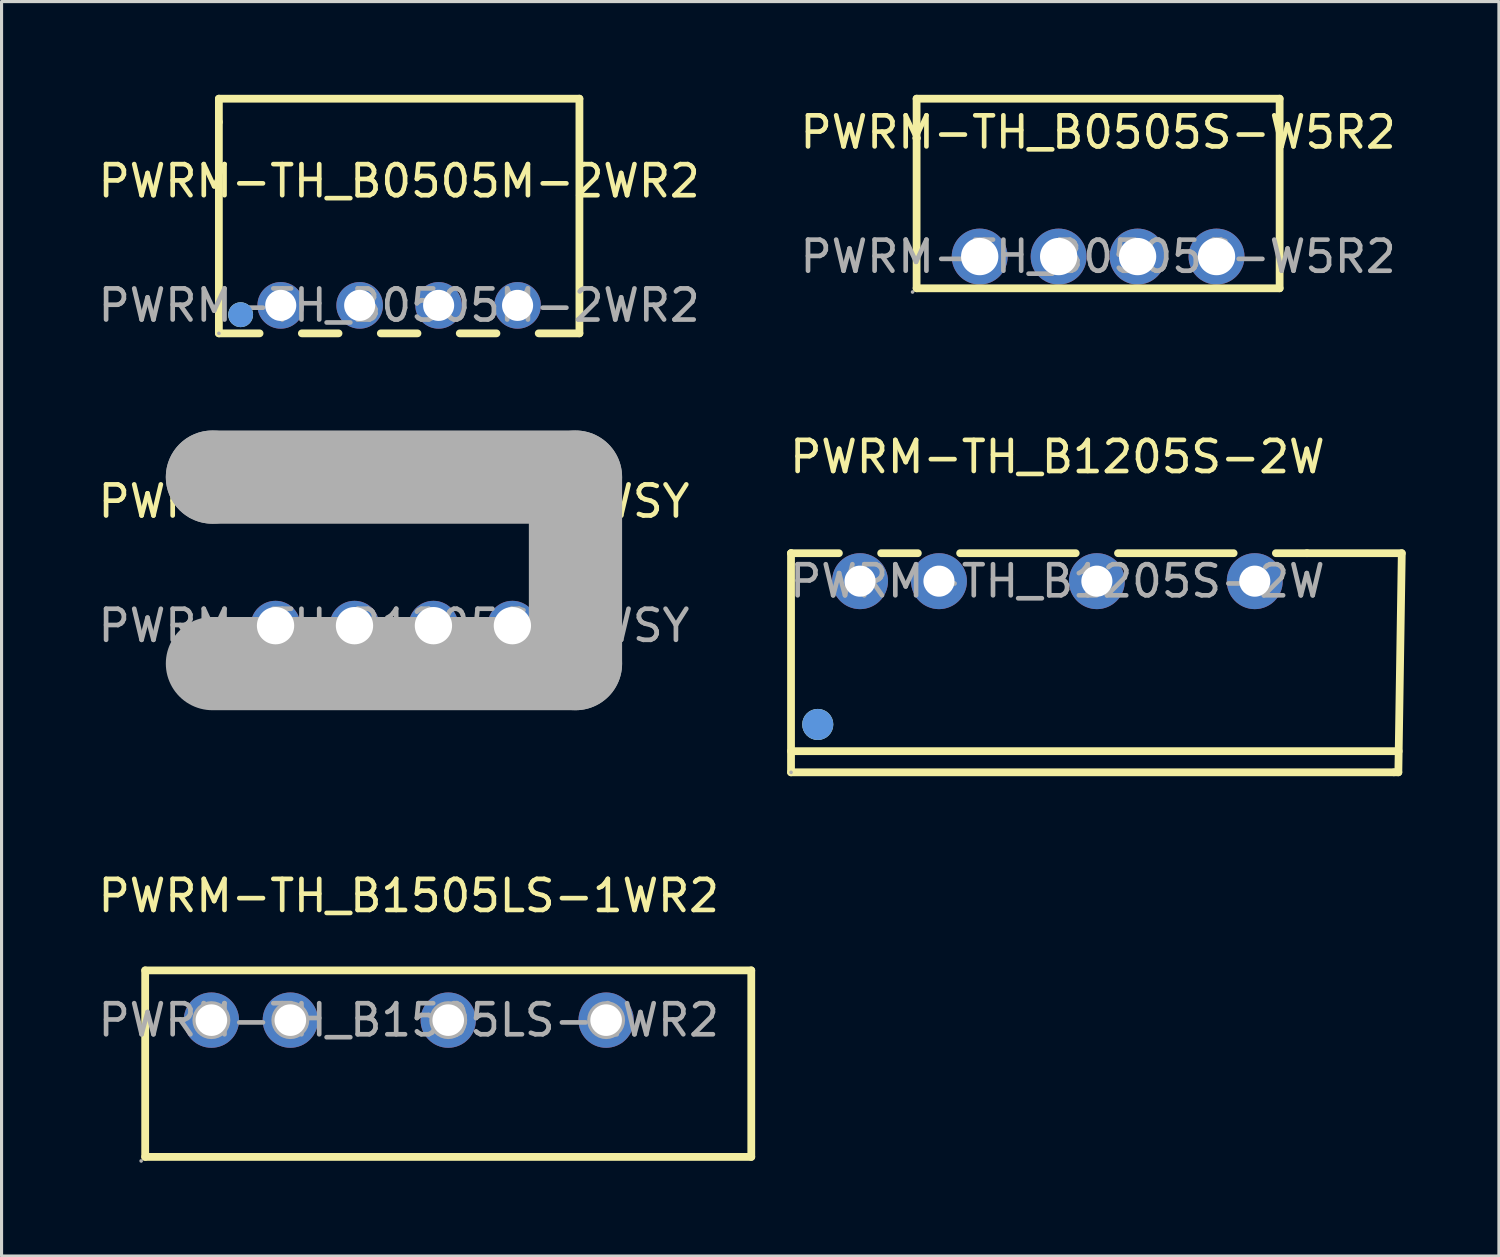
<source format=kicad_pcb>
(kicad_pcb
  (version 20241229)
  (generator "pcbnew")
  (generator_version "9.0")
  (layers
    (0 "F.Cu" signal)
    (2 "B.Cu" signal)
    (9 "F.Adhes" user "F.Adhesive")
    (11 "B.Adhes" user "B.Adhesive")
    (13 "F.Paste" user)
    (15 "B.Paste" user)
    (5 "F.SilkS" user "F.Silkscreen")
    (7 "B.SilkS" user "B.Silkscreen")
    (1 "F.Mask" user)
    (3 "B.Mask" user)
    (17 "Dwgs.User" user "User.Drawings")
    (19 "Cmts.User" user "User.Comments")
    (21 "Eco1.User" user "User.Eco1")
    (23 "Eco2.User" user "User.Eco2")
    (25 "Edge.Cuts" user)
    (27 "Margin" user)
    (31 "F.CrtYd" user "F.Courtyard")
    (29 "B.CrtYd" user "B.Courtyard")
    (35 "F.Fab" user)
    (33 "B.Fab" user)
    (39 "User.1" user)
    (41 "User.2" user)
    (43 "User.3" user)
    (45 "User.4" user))
  (footprint "PWRM-TH_B1205S-2W"
    (layer "F.Cu")
    (at 30.97 15.648)
    (property "Reference" "PWRM-TH_B1205S-2W" (at 0 -4 0) (layer "F.SilkS") (effects (font (size 1 1) (thickness 0.15))))
    (attr through_hole)
    (fp_line (start -8.57 -0.9) (end -8.57 -0.9) (stroke (width 0.25) (type solid)) (layer "F.SilkS"))
    (fp_line (start -8.57 -0.9) (end -8.57 6.15) (stroke (width 0.25) (type solid)) (layer "F.SilkS"))
    (fp_line (start -8.57 5.47) (end 10.98 5.47) (stroke (width 0.25) (type solid)) (layer "F.SilkS"))
    (fp_line (start -8.57 6.15) (end 10.82 6.15) (stroke (width 0.25) (type solid)) (layer "F.SilkS"))
    (fp_line (start -7.03 -0.9) (end -8.57 -0.9) (stroke (width 0.25) (type solid)) (layer "F.SilkS"))
    (fp_line (start -4.49 -0.9) (end -5.67 -0.9) (stroke (width 0.25) (type solid)) (layer "F.SilkS"))
    (fp_line (start 0.59 -0.9) (end -3.13 -0.9) (stroke (width 0.25) (type solid)) (layer "F.SilkS"))
    (fp_line (start 5.67 -0.9) (end 1.95 -0.9) (stroke (width 0.25) (type solid)) (layer "F.SilkS"))
    (fp_line (start 8.03 -0.9) (end 7.03 -0.9) (stroke (width 0.25) (type solid)) (layer "F.SilkS"))
    (fp_line (start 10.83 6.15) (end 10.97 6.15) (stroke (width 0.25) (type solid)) (layer "F.SilkS"))
    (fp_line (start 10.97 6.15) (end 11.08 -0.9) (stroke (width 0.25) (type solid)) (layer "F.SilkS"))
    (fp_line (start 11.08 -0.9) (end 8.03 -0.9) (stroke (width 0.25) (type solid)) (layer "F.SilkS"))
    (fp_circle (center -7.71 4.61) (end -7.46 4.61) (stroke (width 0.5) (type solid)) (fill no) (layer "F.SilkS"))
    (fp_circle (center -7.71 4.61) (end -7.46 4.61) (stroke (width 0.5) (type solid)) (fill no) (layer "Cmts.User"))
    (fp_circle (center -8.57 6.15) (end -8.54 6.15) (stroke (width 0.06) (type solid)) (fill no) (layer "F.Fab"))
    (fp_text user "${REFERENCE}" (at 0 0 0) (layer "F.Fab") (effects (font (size 1 1) (thickness 0.15))))
    (pad "1" thru_hole circle (at -6.35 0) (size 1.8 1.8) (drill 1) (layers "*.Cu" "*.Paste" "*.Mask"))
    (pad "2" thru_hole circle (at -3.81 0) (size 1.8 1.8) (drill 1) (layers "*.Cu" "*.Paste" "*.Mask"))
    (pad "4" thru_hole circle (at 1.27 0) (size 1.8 1.8) (drill 1) (layers "*.Cu" "*.Paste" "*.Mask"))
    (pad "6" thru_hole circle (at 6.35 0) (size 1.8 1.8) (drill 1) (layers "*.Cu" "*.Paste" "*.Mask")))
  (footprint "PWRM-TH_B0505S-W5R2"
    (layer "F.Cu")
    (at 32.28 5.205)
    (property "Reference" "PWRM-TH_B0505S-W5R2" (at 0 -4 0) (layer "F.SilkS") (effects (font (size 1 1) (thickness 0.15))))
    (attr through_hole)
    (fp_line (start -5.84 -5.08) (end 5.84 -5.08) (stroke (width 0.25) (type solid)) (layer "F.SilkS"))
    (fp_line (start -5.84 -3.81) (end -5.84 -5.08) (stroke (width 0.25) (type solid)) (layer "F.SilkS"))
    (fp_line (start -5.84 -3.81) (end -5.84 -3.81) (stroke (width 0.25) (type solid)) (layer "F.SilkS"))
    (fp_line (start -5.84 -3.81) (end -5.84 -3.81) (stroke (width 0.25) (type solid)) (layer "F.SilkS"))
    (fp_line (start -5.84 1.02) (end -5.84 -3.81) (stroke (width 0.25) (type solid)) (layer "F.SilkS"))
    (fp_line (start 5.84 -5.08) (end 5.84 1.02) (stroke (width 0.25) (type solid)) (layer "F.SilkS"))
    (fp_line (start 5.84 1.02) (end -5.84 1.02) (stroke (width 0.25) (type solid)) (layer "F.SilkS"))
    (fp_circle (center -5.97 1.14) (end -5.94 1.14) (stroke (width 0.06) (type solid)) (fill no) (layer "F.Fab"))
    (fp_circle (center -3.81 0) (end -3.56 0) (stroke (width 0.5) (type solid)) (fill no) (layer "F.Fab"))
    (fp_circle (center -1.27 0) (end -1.02 0) (stroke (width 0.5) (type solid)) (fill no) (layer "F.Fab"))
    (fp_circle (center 1.27 0) (end 1.52 0) (stroke (width 0.5) (type solid)) (fill no) (layer "F.Fab"))
    (fp_circle (center 3.81 0) (end 4.06 0) (stroke (width 0.5) (type solid)) (fill no) (layer "F.Fab"))
    (fp_text user "${REFERENCE}" (at 0 0 0) (layer "F.Fab") (effects (font (size 1 1) (thickness 0.15))))
    (pad "1" thru_hole circle (at -3.81 0) (size 1.8 1.8) (drill 1.2) (layers "*.Cu" "*.Paste" "*.Mask"))
    (pad "2" thru_hole circle (at -1.27 0) (size 1.8 1.8) (drill 1.2) (layers "*.Cu" "*.Paste" "*.Mask"))
    (pad "3" thru_hole circle (at 1.27 0) (size 1.8 1.8) (drill 1.2) (layers "*.Cu" "*.Paste" "*.Mask"))
    (pad "4" thru_hole circle (at 3.81 0) (size 1.8 1.8) (drill 1.2) (layers "*.Cu" "*.Paste" "*.Mask")))
  (footprint "PWRM-TH_B0505M-2WR2"
    (layer "F.Cu")
    (at 9.792 6.775)
    (property "Reference" "PWRM-TH_B0505M-2WR2" (at 0 -4 0) (layer "F.SilkS") (effects (font (size 1 1) (thickness 0.15))))
    (attr through_hole)
    (fp_line (start -5.8 -6.65) (end -5.8 -5.9) (stroke (width 0.25) (type solid)) (layer "F.SilkS"))
    (fp_line (start -5.8 -5.9) (end -5.8 0.9) (stroke (width 0.25) (type solid)) (layer "F.SilkS"))
    (fp_line (start -5.8 0.9) (end -4.49 0.9) (stroke (width 0.25) (type solid)) (layer "F.SilkS"))
    (fp_line (start -3.13 0.9) (end -1.95 0.9) (stroke (width 0.25) (type solid)) (layer "F.SilkS"))
    (fp_line (start -0.59 0.9) (end 0.59 0.9) (stroke (width 0.25) (type solid)) (layer "F.SilkS"))
    (fp_line (start 1.95 0.9) (end 3.13 0.9) (stroke (width 0.25) (type solid)) (layer "F.SilkS"))
    (fp_line (start 4.49 0.9) (end 5.8 0.9) (stroke (width 0.25) (type solid)) (layer "F.SilkS"))
    (fp_line (start 5.8 -6.65) (end -5.8 -6.65) (stroke (width 0.25) (type solid)) (layer "F.SilkS"))
    (fp_line (start 5.8 0.9) (end 5.8 -6.65) (stroke (width 0.25) (type solid)) (layer "F.SilkS"))
    (fp_circle (center -5.1 0.3) (end -4.9 0.3) (stroke (width 0.4) (type solid)) (fill no) (layer "F.SilkS"))
    (fp_circle (center -5.1 0.3) (end -4.9 0.3) (stroke (width 0.4) (type solid)) (fill no) (layer "Cmts.User"))
    (fp_circle (center -5.8 0.9) (end -5.77 0.9) (stroke (width 0.06) (type solid)) (fill no) (layer "F.Fab"))
    (fp_text user "${REFERENCE}" (at 0 0 0) (layer "F.Fab") (effects (font (size 1 1) (thickness 0.15))))
    (pad "1" thru_hole circle (at -3.81 0) (size 1.5 1.5) (drill 1) (layers "*.Cu" "*.Paste" "*.Mask"))
    (pad "2" thru_hole circle (at -1.27 0) (size 1.5 1.5) (drill 1) (layers "*.Cu" "*.Paste" "*.Mask"))
    (pad "3" thru_hole circle (at 1.27 0) (size 1.5 1.5) (drill 1) (layers "*.Cu" "*.Paste" "*.Mask"))
    (pad "4" thru_hole circle (at 3.81 0) (size 1.5 1.5) (drill 1) (layers "*.Cu" "*.Paste" "*.Mask")))
  (footprint "PWRM-TH_B1505LS-1WR2"
    (layer "F.Cu")
    (at 10.101 29.771)
    (property "Reference" "PWRM-TH_B1505LS-1WR2" (at 0 -4 0) (layer "F.SilkS") (effects (font (size 1 1) (thickness 0.15))))
    (attr through_hole)
    (fp_line (start -8.48 -1.6) (end -8.48 4.4) (stroke (width 0.25) (type solid)) (layer "F.SilkS"))
    (fp_line (start -8.48 4.4) (end 11.02 4.4) (stroke (width 0.25) (type solid)) (layer "F.SilkS"))
    (fp_line (start 11.02 -1.6) (end -8.48 -1.6) (stroke (width 0.25) (type solid)) (layer "F.SilkS"))
    (fp_line (start 11.02 4.4) (end 11.02 -1.6) (stroke (width 0.25) (type solid)) (layer "F.SilkS"))
    (fp_circle (center -8.61 4.53) (end -8.58 4.53) (stroke (width 0.06) (type solid)) (fill no) (layer "F.Fab"))
    (fp_circle (center -6.35 0) (end -6.15 0) (stroke (width 0.41) (type solid)) (fill no) (layer "F.Fab"))
    (fp_circle (center -3.81 0) (end -3.61 0) (stroke (width 0.41) (type solid)) (fill no) (layer "F.Fab"))
    (fp_circle (center 1.27 0) (end 1.47 0) (stroke (width 0.41) (type solid)) (fill no) (layer "F.Fab"))
    (fp_circle (center 6.35 0) (end 6.55 0) (stroke (width 0.41) (type solid)) (fill no) (layer "F.Fab"))
    (fp_text user "${REFERENCE}" (at 0 0 0) (layer "F.Fab") (effects (font (size 1 1) (thickness 0.15))))
    (pad "1" thru_hole circle (at -6.35 0) (size 1.78 1.78) (drill 1.016) (layers "*.Cu" "*.Paste" "*.Mask"))
    (pad "2" thru_hole circle (at -3.81 0) (size 1.78 1.78) (drill 1.016) (layers "*.Cu" "*.Paste" "*.Mask"))
    (pad "4" thru_hole circle (at 1.27 0) (size 1.78 1.78) (drill 1.016) (layers "*.Cu" "*.Paste" "*.Mask"))
    (pad "6" thru_hole circle (at 6.35 0) (size 1.78 1.78) (drill 1.016) (layers "*.Cu" "*.Paste" "*.Mask")))
  (footprint "PWRM-TH_B1205S-1WSY"
    (layer "F.Cu")
    (at 9.625 17.08)
    (property "Reference" "PWRM-TH_B1205S-1WSY" (at 0 -4 0) (layer "F.SilkS") (effects (font (size 1 1) (thickness 0.15))))
    (attr through_hole)
    (fp_line (start -5.84 -4.78) (end -5.84 -4.78) (stroke (width 3) (type solid)) (layer "F.Fab"))
    (fp_line (start -5.84 -4.78) (end 5.84 -4.78) (stroke (width 3) (type solid)) (layer "F.Fab"))
    (fp_line (start 5.84 -4.78) (end 5.84 1.22) (stroke (width 3) (type solid)) (layer "F.Fab"))
    (fp_line (start 5.84 1.22) (end -5.84 1.22) (stroke (width 3) (type solid)) (layer "F.Fab"))
    (fp_circle (center -5.97 1.35) (end -5.94 1.35) (stroke (width 0.06) (type solid)) (fill no) (layer "F.Fab"))
    (fp_circle (center -3.81 0) (end -3.56 0) (stroke (width 0.5) (type solid)) (fill no) (layer "F.Fab"))
    (fp_circle (center -1.27 0) (end -1.02 0) (stroke (width 0.5) (type solid)) (fill no) (layer "F.Fab"))
    (fp_circle (center 1.27 0) (end 1.52 0) (stroke (width 0.5) (type solid)) (fill no) (layer "F.Fab"))
    (fp_circle (center 3.81 0) (end 4.06 0) (stroke (width 0.5) (type solid)) (fill no) (layer "F.Fab"))
    (fp_text user "${REFERENCE}" (at 0 0 0) (layer "F.Fab") (effects (font (size 1 1) (thickness 0.15))))
    (pad "1" thru_hole circle (at -3.81 0) (size 1.6 1.6) (drill 1.2) (layers "*.Cu" "*.Paste" "*.Mask"))
    (pad "2" thru_hole circle (at -1.27 0) (size 1.6 1.6) (drill 1.2) (layers "*.Cu" "*.Paste" "*.Mask"))
    (pad "3" thru_hole circle (at 1.27 0) (size 1.6 1.6) (drill 1.2) (layers "*.Cu" "*.Paste" "*.Mask"))
    (pad "4" thru_hole circle (at 3.81 0) (size 1.6 1.6) (drill 1.2) (layers "*.Cu" "*.Paste" "*.Mask")))
  (gr_rect
    (start -3 -3)
    (end 45.175 37.361)
    (stroke (width 0.1) (type default))
    (fill no)
    (layer "Edge.Cuts")))
</source>
